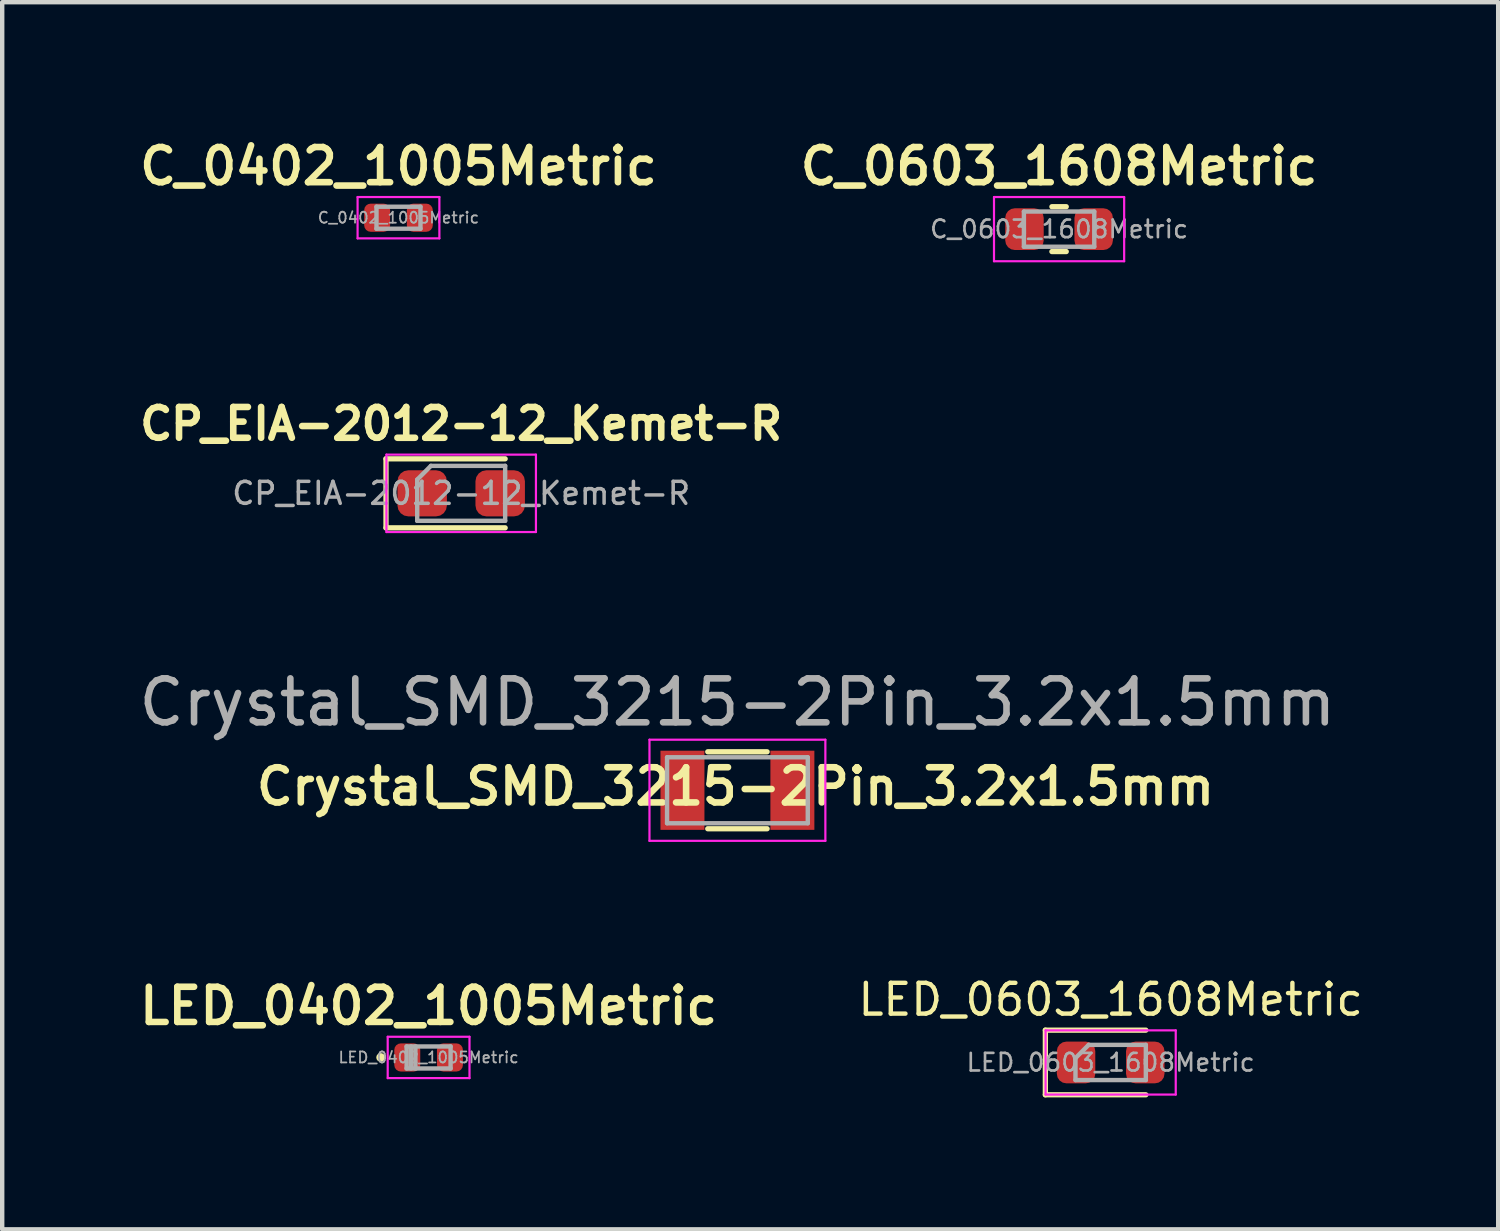
<source format=kicad_pcb>
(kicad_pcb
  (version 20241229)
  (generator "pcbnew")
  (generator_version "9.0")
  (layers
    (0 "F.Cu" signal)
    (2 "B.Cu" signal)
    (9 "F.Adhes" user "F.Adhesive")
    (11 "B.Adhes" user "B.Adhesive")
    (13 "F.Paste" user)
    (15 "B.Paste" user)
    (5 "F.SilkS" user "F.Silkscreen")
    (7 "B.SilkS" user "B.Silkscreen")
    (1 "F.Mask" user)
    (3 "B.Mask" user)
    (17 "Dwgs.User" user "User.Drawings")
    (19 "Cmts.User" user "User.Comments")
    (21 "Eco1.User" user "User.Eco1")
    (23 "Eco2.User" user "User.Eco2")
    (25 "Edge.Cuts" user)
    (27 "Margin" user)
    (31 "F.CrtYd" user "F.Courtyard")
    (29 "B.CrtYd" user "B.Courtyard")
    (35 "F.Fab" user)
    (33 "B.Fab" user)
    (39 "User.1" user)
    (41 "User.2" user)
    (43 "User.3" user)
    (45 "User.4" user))
  (footprint "CP_EIA-2012-12_Kemet-R"
    (layer "F.Cu")
    (at 7.438 8.169)
    (property "Reference" "CP_EIA-2012-12_Kemet-R" (at 0 -1.58 0) (layer "F.SilkS") (effects (font (size 0.7 0.7) (thickness 0.15))))
    (attr smd)
    (fp_line (start -1.71 -0.785) (end -1.71 0.785) (stroke (width 0.12) (type solid)) (layer "F.SilkS"))
    (fp_line (start -1.71 0.785) (end 1 0.785) (stroke (width 0.12) (type solid)) (layer "F.SilkS"))
    (fp_line (start 1 -0.785) (end -1.71 -0.785) (stroke (width 0.12) (type solid)) (layer "F.SilkS"))
    (fp_line (start -1.7 -0.88) (end 1.7 -0.88) (stroke (width 0.05) (type solid)) (layer "F.CrtYd"))
    (fp_line (start -1.7 0.88) (end -1.7 -0.88) (stroke (width 0.05) (type solid)) (layer "F.CrtYd"))
    (fp_line (start 1.7 -0.88) (end 1.7 0.88) (stroke (width 0.05) (type solid)) (layer "F.CrtYd"))
    (fp_line (start 1.7 0.88) (end -1.7 0.88) (stroke (width 0.05) (type solid)) (layer "F.CrtYd"))
    (fp_line (start -1 -0.312) (end -1 0.625) (stroke (width 0.1) (type solid)) (layer "F.Fab"))
    (fp_line (start -1 0.625) (end 1 0.625) (stroke (width 0.1) (type solid)) (layer "F.Fab"))
    (fp_line (start -0.688 -0.625) (end -1 -0.312) (stroke (width 0.1) (type solid)) (layer "F.Fab"))
    (fp_line (start 1 -0.625) (end -0.688 -0.625) (stroke (width 0.1) (type solid)) (layer "F.Fab"))
    (fp_line (start 1 0.625) (end 1 -0.625) (stroke (width 0.1) (type solid)) (layer "F.Fab"))
    (fp_text user "${REFERENCE}" (at 0 0 0) (layer "F.Fab") (effects (font (size 0.5 0.5) (thickness 0.08))))
    (pad "1" smd roundrect (at -0.887 0) (size 1.125 1.05) (layers "F.Cu" "F.Mask" "F.Paste") (roundrect_rratio 0.238))
    (pad "2" smd roundrect (at 0.887 0) (size 1.125 1.05) (layers "F.Cu" "F.Mask" "F.Paste") (roundrect_rratio 0.238)))
  (footprint "C_0402_1005Metric"
    (layer "F.Cu")
    (at 6.012 1.901)
    (property "Reference" "C_0402_1005Metric" (at 0 -1.17 0) (layer "F.SilkS") (effects (font (size 0.8 0.8) (thickness 0.15))))
    (attr smd)
    (fp_line (start -0.93 -0.47) (end 0.93 -0.47) (stroke (width 0.05) (type solid)) (layer "F.CrtYd"))
    (fp_line (start -0.93 0.47) (end -0.93 -0.47) (stroke (width 0.05) (type solid)) (layer "F.CrtYd"))
    (fp_line (start 0.93 -0.47) (end 0.93 0.47) (stroke (width 0.05) (type solid)) (layer "F.CrtYd"))
    (fp_line (start 0.93 0.47) (end -0.93 0.47) (stroke (width 0.05) (type solid)) (layer "F.CrtYd"))
    (fp_line (start -0.5 -0.25) (end 0.5 -0.25) (stroke (width 0.1) (type solid)) (layer "F.Fab"))
    (fp_line (start -0.5 0.25) (end -0.5 -0.25) (stroke (width 0.1) (type solid)) (layer "F.Fab"))
    (fp_line (start 0.5 -0.25) (end 0.5 0.25) (stroke (width 0.1) (type solid)) (layer "F.Fab"))
    (fp_line (start 0.5 0.25) (end -0.5 0.25) (stroke (width 0.1) (type solid)) (layer "F.Fab"))
    (fp_text user "${REFERENCE}" (at 0 0 0) (layer "F.Fab") (effects (font (size 0.25 0.25) (thickness 0.04))))
    (pad "1" smd roundrect (at -0.485 0) (size 0.59 0.64) (layers "F.Cu" "F.Mask" "F.Paste") (roundrect_rratio 0.25))
    (pad "2" smd roundrect (at 0.485 0) (size 0.59 0.64) (layers "F.Cu" "F.Mask" "F.Paste") (roundrect_rratio 0.25)))
  (footprint "Crystal_SMD_3215-2Pin_3.2x1.5mm"
    (layer "F.Cu")
    (at 13.72 14.922)
    (property "Reference" "Crystal_SMD_3215-2Pin_3.2x1.5mm" (at -0.043 -0.086 180) (layer "F.SilkS") (effects (font (size 0.8 0.8) (thickness 0.15))))
    (attr smd)
    (fp_line (start -0.675 -0.875) (end 0.675 -0.875) (stroke (width 0.12) (type solid)) (layer "F.SilkS"))
    (fp_line (start -0.675 0.875) (end 0.675 0.875) (stroke (width 0.12) (type solid)) (layer "F.SilkS"))
    (fp_line (start -2 -1.15) (end -2 1.15) (stroke (width 0.05) (type solid)) (layer "F.CrtYd"))
    (fp_line (start -2 -1.15) (end 2 -1.15) (stroke (width 0.05) (type solid)) (layer "F.CrtYd"))
    (fp_line (start -2 1.15) (end 2 1.15) (stroke (width 0.05) (type solid)) (layer "F.CrtYd"))
    (fp_line (start 2 -1.15) (end 2 1.15) (stroke (width 0.05) (type solid)) (layer "F.CrtYd"))
    (fp_line (start -1.6 -0.75) (end -1.6 0.75) (stroke (width 0.1) (type solid)) (layer "F.Fab"))
    (fp_line (start -1.6 -0.75) (end 1.6 -0.75) (stroke (width 0.1) (type solid)) (layer "F.Fab"))
    (fp_line (start -1.6 0.75) (end 1.6 0.75) (stroke (width 0.1) (type solid)) (layer "F.Fab"))
    (fp_line (start 1.6 -0.75) (end 1.6 0.75) (stroke (width 0.1) (type solid)) (layer "F.Fab"))
    (fp_text user "${REFERENCE}" (at 0 -2 180) (layer "F.Fab") (effects (font (size 1 1) (thickness 0.15))))
    (pad "1" smd rect (at 1.25 0) (size 1 1.8) (layers "F.Cu" "F.Mask" "F.Paste"))
    (pad "2" smd rect (at -1.25 0) (size 1 1.8) (layers "F.Cu" "F.Mask" "F.Paste")))
  (footprint "LED_0402_1005Metric"
    (layer "F.Cu")
    (at 6.697 20.998)
    (property "Reference" "LED_0402_1005Metric" (at 0 -1.17 0) (layer "F.SilkS") (effects (font (size 0.8 0.8) (thickness 0.15))))
    (attr smd)
    (fp_circle (center -1.09 0) (end -1.04 0) (stroke (width 0.1) (type solid)) (fill no) (layer "F.SilkS"))
    (fp_line (start -0.93 -0.47) (end 0.93 -0.47) (stroke (width 0.05) (type solid)) (layer "F.CrtYd"))
    (fp_line (start -0.93 0.47) (end -0.93 -0.47) (stroke (width 0.05) (type solid)) (layer "F.CrtYd"))
    (fp_line (start 0.93 -0.47) (end 0.93 0.47) (stroke (width 0.05) (type solid)) (layer "F.CrtYd"))
    (fp_line (start 0.93 0.47) (end -0.93 0.47) (stroke (width 0.05) (type solid)) (layer "F.CrtYd"))
    (fp_line (start -0.5 -0.25) (end 0.5 -0.25) (stroke (width 0.1) (type solid)) (layer "F.Fab"))
    (fp_line (start -0.5 0.25) (end -0.5 -0.25) (stroke (width 0.1) (type solid)) (layer "F.Fab"))
    (fp_line (start -0.4 0.25) (end -0.4 -0.25) (stroke (width 0.1) (type solid)) (layer "F.Fab"))
    (fp_line (start -0.3 0.25) (end -0.3 -0.25) (stroke (width 0.1) (type solid)) (layer "F.Fab"))
    (fp_line (start 0.5 -0.25) (end 0.5 0.25) (stroke (width 0.1) (type solid)) (layer "F.Fab"))
    (fp_line (start 0.5 0.25) (end -0.5 0.25) (stroke (width 0.1) (type solid)) (layer "F.Fab"))
    (fp_text user "${REFERENCE}" (at 0 0 0) (layer "F.Fab") (effects (font (size 0.25 0.25) (thickness 0.04))))
    (pad "1" smd roundrect (at -0.485 0) (size 0.59 0.64) (layers "F.Cu" "F.Mask" "F.Paste") (roundrect_rratio 0.25))
    (pad "2" smd roundrect (at 0.485 0) (size 0.59 0.64) (layers "F.Cu" "F.Mask" "F.Paste") (roundrect_rratio 0.25)))
  (footprint "LED_0603_1608Metric"
    (layer "F.Cu")
    (at 22.208 21.112)
    (property "Reference" "LED_0603_1608Metric" (at 0 -1.43 0) (layer "F.SilkS") (effects (font (size 0.7 0.7) (thickness 0.1))))
    (attr smd)
    (fp_line (start -1.485 -0.735) (end -1.485 0.735) (stroke (width 0.12) (type solid)) (layer "F.SilkS"))
    (fp_line (start -1.485 0.735) (end 0.8 0.735) (stroke (width 0.12) (type solid)) (layer "F.SilkS"))
    (fp_line (start 0.8 -0.735) (end -1.485 -0.735) (stroke (width 0.12) (type solid)) (layer "F.SilkS"))
    (fp_line (start -1.48 -0.73) (end 1.48 -0.73) (stroke (width 0.05) (type solid)) (layer "F.CrtYd"))
    (fp_line (start -1.48 0.73) (end -1.48 -0.73) (stroke (width 0.05) (type solid)) (layer "F.CrtYd"))
    (fp_line (start 1.48 -0.73) (end 1.48 0.73) (stroke (width 0.05) (type solid)) (layer "F.CrtYd"))
    (fp_line (start 1.48 0.73) (end -1.48 0.73) (stroke (width 0.05) (type solid)) (layer "F.CrtYd"))
    (fp_line (start -0.8 -0.1) (end -0.8 0.4) (stroke (width 0.1) (type solid)) (layer "F.Fab"))
    (fp_line (start -0.8 0.4) (end 0.8 0.4) (stroke (width 0.1) (type solid)) (layer "F.Fab"))
    (fp_line (start -0.5 -0.4) (end -0.8 -0.1) (stroke (width 0.1) (type solid)) (layer "F.Fab"))
    (fp_line (start 0.8 -0.4) (end -0.5 -0.4) (stroke (width 0.1) (type solid)) (layer "F.Fab"))
    (fp_line (start 0.8 0.4) (end 0.8 -0.4) (stroke (width 0.1) (type solid)) (layer "F.Fab"))
    (fp_text user "${REFERENCE}" (at 0 0 0) (layer "F.Fab") (effects (font (size 0.4 0.4) (thickness 0.06))))
    (pad "1" smd roundrect (at -0.787 0) (size 0.875 0.95) (layers "F.Cu" "F.Mask" "F.Paste") (roundrect_rratio 0.25))
    (pad "2" smd roundrect (at 0.787 0) (size 0.875 0.95) (layers "F.Cu" "F.Mask" "F.Paste") (roundrect_rratio 0.25)))
  (footprint "C_0603_1608Metric"
    (layer "F.Cu")
    (at 21.035 2.161)
    (property "Reference" "C_0603_1608Metric" (at 0 -1.43 0) (layer "F.SilkS") (effects (font (size 0.8 0.8) (thickness 0.15))))
    (attr smd)
    (fp_line (start -0.163 -0.51) (end 0.163 -0.51) (stroke (width 0.12) (type solid)) (layer "F.SilkS"))
    (fp_line (start -0.163 0.51) (end 0.163 0.51) (stroke (width 0.12) (type solid)) (layer "F.SilkS"))
    (fp_line (start -1.48 -0.73) (end 1.48 -0.73) (stroke (width 0.05) (type solid)) (layer "F.CrtYd"))
    (fp_line (start -1.48 0.73) (end -1.48 -0.73) (stroke (width 0.05) (type solid)) (layer "F.CrtYd"))
    (fp_line (start 1.48 -0.73) (end 1.48 0.73) (stroke (width 0.05) (type solid)) (layer "F.CrtYd"))
    (fp_line (start 1.48 0.73) (end -1.48 0.73) (stroke (width 0.05) (type solid)) (layer "F.CrtYd"))
    (fp_line (start -0.8 -0.4) (end 0.8 -0.4) (stroke (width 0.1) (type solid)) (layer "F.Fab"))
    (fp_line (start -0.8 0.4) (end -0.8 -0.4) (stroke (width 0.1) (type solid)) (layer "F.Fab"))
    (fp_line (start 0.8 -0.4) (end 0.8 0.4) (stroke (width 0.1) (type solid)) (layer "F.Fab"))
    (fp_line (start 0.8 0.4) (end -0.8 0.4) (stroke (width 0.1) (type solid)) (layer "F.Fab"))
    (fp_text user "${REFERENCE}" (at 0 0 0) (layer "F.Fab") (effects (font (size 0.4 0.4) (thickness 0.06))))
    (pad "1" smd roundrect (at -0.787 0) (size 0.875 0.95) (layers "F.Cu" "F.Mask" "F.Paste") (roundrect_rratio 0.25))
    (pad "2" smd roundrect (at 0.787 0) (size 0.875 0.95) (layers "F.Cu" "F.Mask" "F.Paste") (roundrect_rratio 0.25)))
  (gr_rect
    (start -3 -3)
    (end 31.021 24.907)
    (stroke (width 0.1) (type default))
    (fill no)
    (layer "Edge.Cuts")))
</source>
